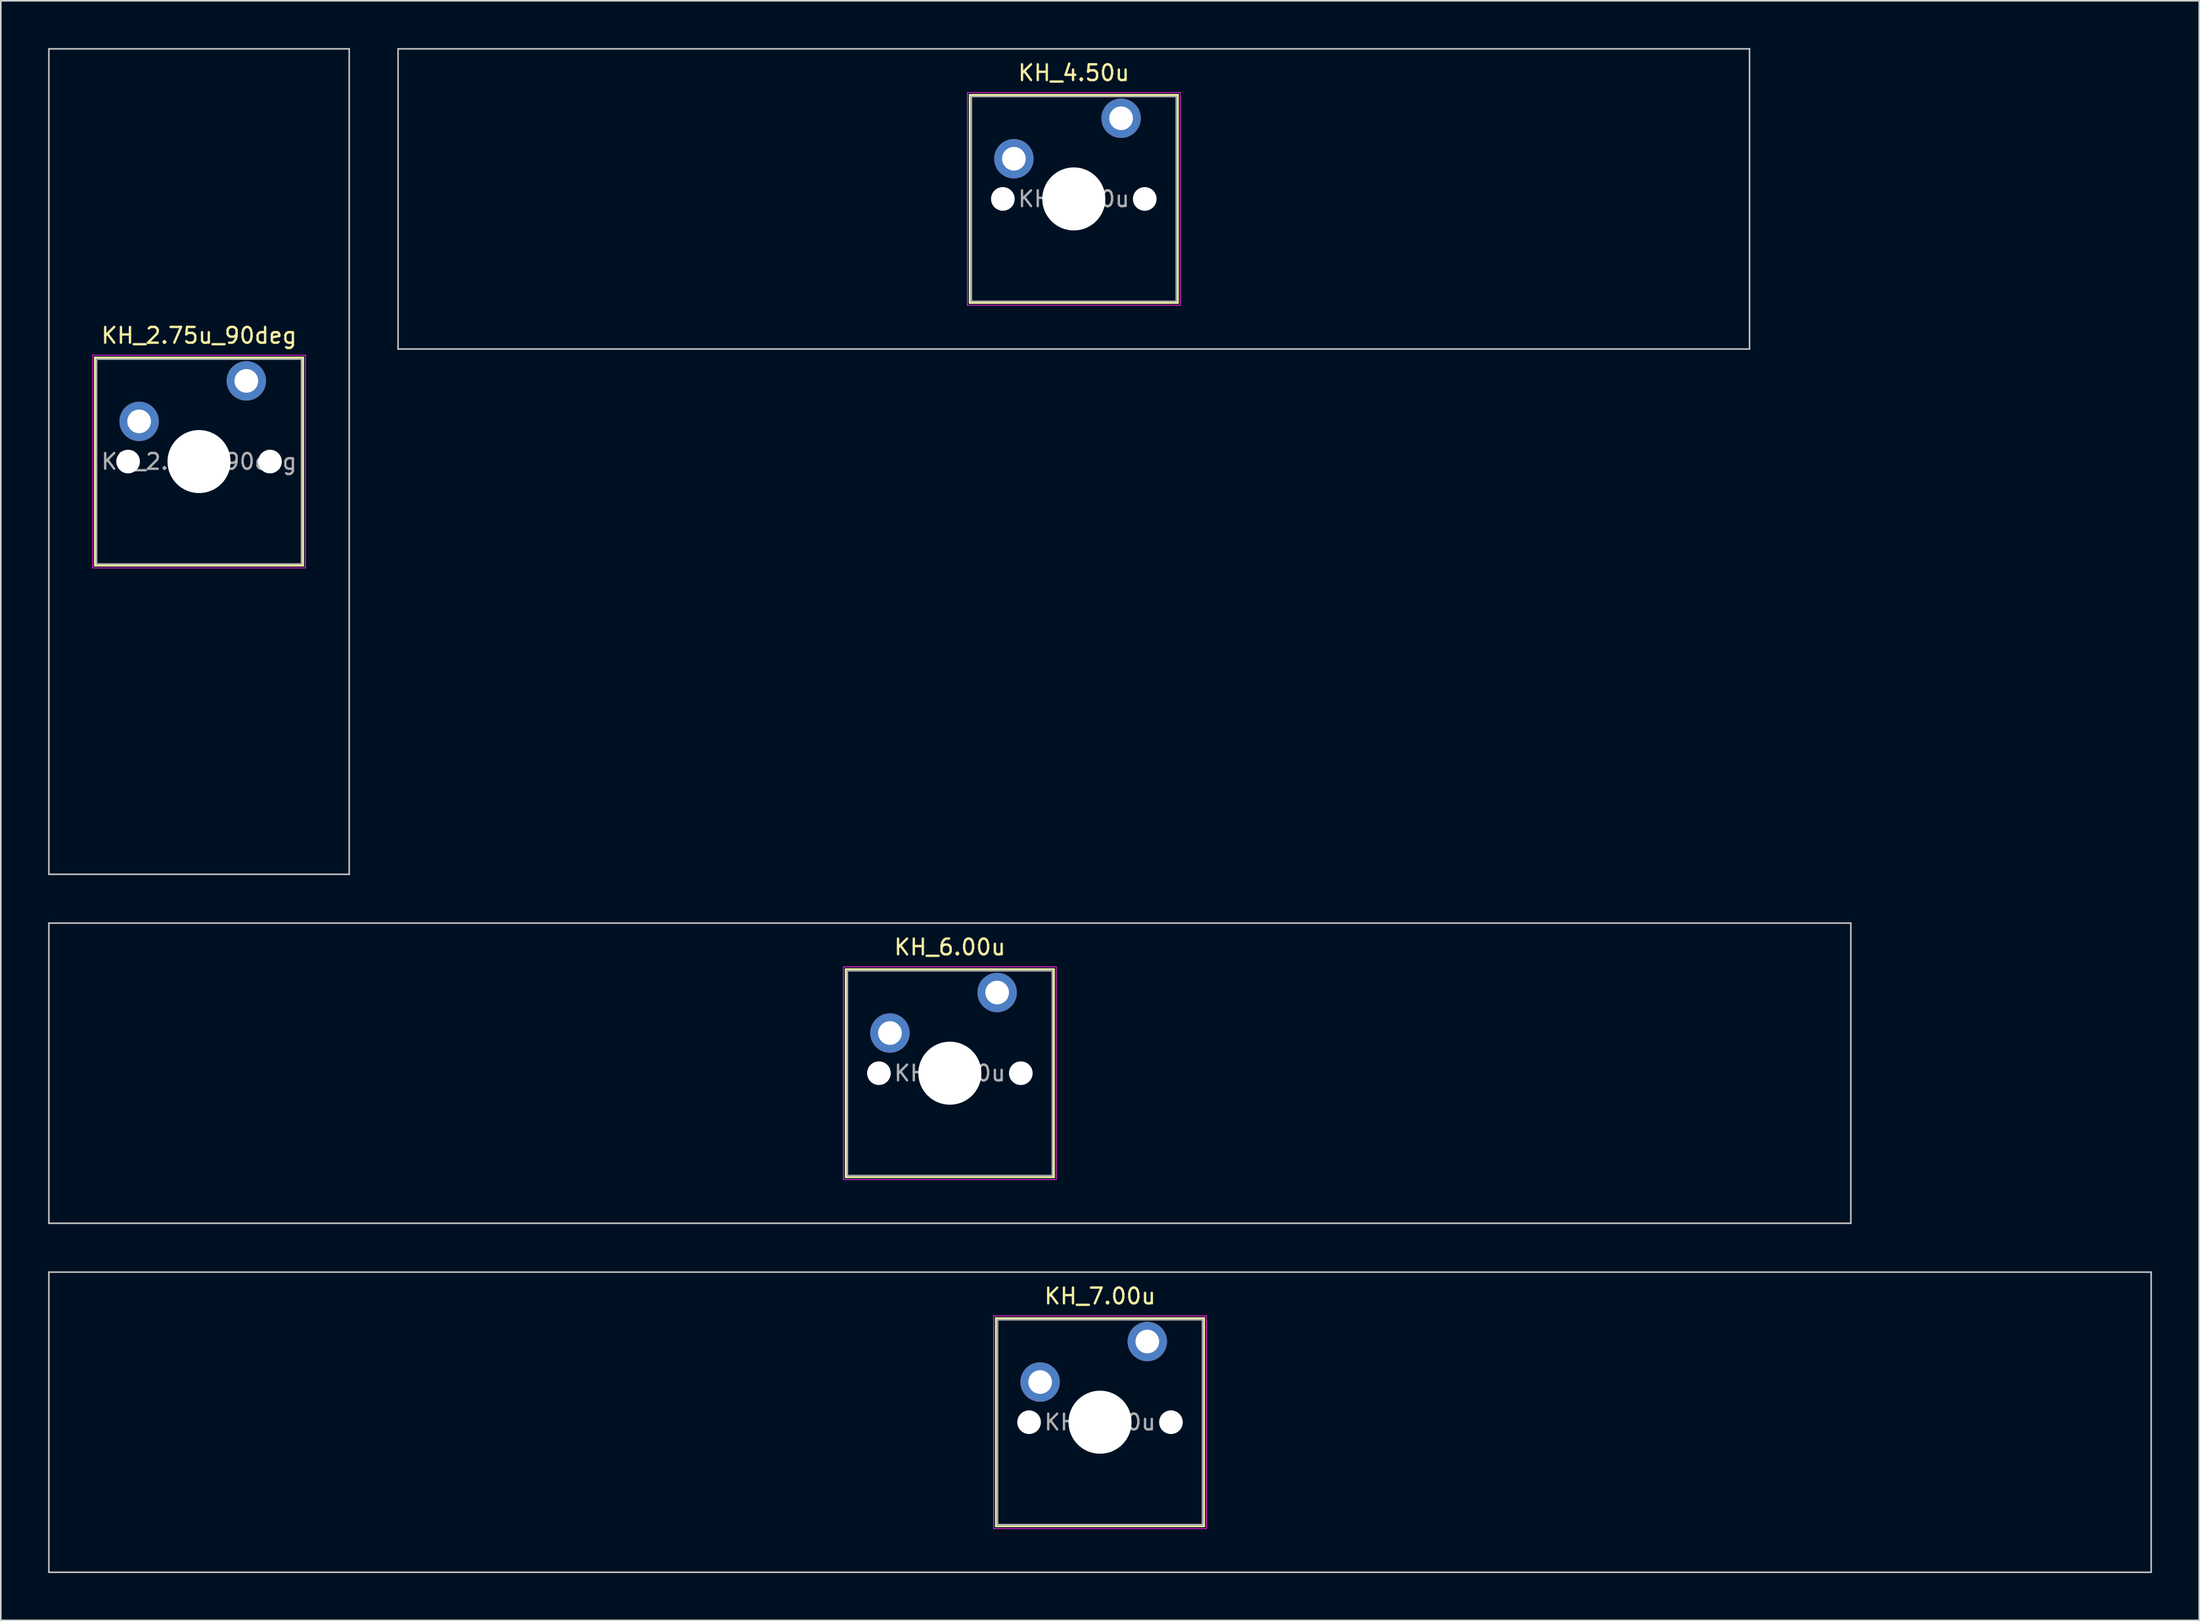
<source format=kicad_pcb>
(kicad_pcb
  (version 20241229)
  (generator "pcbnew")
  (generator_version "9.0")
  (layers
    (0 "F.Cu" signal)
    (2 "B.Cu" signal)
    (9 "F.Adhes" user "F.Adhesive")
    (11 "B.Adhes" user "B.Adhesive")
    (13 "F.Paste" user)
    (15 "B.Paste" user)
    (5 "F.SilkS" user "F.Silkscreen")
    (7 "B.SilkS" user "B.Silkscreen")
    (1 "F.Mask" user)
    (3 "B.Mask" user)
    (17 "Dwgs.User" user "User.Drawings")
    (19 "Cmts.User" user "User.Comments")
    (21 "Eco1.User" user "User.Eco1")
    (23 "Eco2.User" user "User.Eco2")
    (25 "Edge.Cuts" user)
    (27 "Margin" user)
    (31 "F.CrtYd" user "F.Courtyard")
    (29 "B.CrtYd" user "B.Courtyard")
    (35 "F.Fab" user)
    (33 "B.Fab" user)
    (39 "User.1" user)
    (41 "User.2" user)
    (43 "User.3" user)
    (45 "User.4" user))
  (footprint "KH_7.00u"
    (layer "F.Cu")
    (at 66.725 87.213)
    (property "Reference" "KH_7.00u" (at 0 -8 0) (layer "F.SilkS") (effects (font (size 1 1) (thickness 0.15))))
    (attr through_hole)
    (fp_line (start -6.6 -6.6) (end -6.6 6.6) (stroke (width 0.12) (type solid)) (layer "F.SilkS"))
    (fp_line (start -6.6 6.6) (end 6.6 6.6) (stroke (width 0.12) (type solid)) (layer "F.SilkS"))
    (fp_line (start 6.6 -6.6) (end -6.6 -6.6) (stroke (width 0.12) (type solid)) (layer "F.SilkS"))
    (fp_line (start 6.6 6.6) (end 6.6 -6.6) (stroke (width 0.12) (type solid)) (layer "F.SilkS"))
    (fp_line (start -66.675 -9.525) (end -66.675 9.525) (stroke (width 0.1) (type solid)) (layer "Dwgs.User"))
    (fp_line (start -66.675 9.525) (end 66.675 9.525) (stroke (width 0.1) (type solid)) (layer "Dwgs.User"))
    (fp_line (start 66.675 -9.525) (end -66.675 -9.525) (stroke (width 0.1) (type solid)) (layer "Dwgs.User"))
    (fp_line (start 66.675 9.525) (end 66.675 -9.525) (stroke (width 0.1) (type solid)) (layer "Dwgs.User"))
    (fp_line (start -6.1 -6.1) (end -6.1 6.1) (stroke (width 0.1) (type solid)) (layer "Eco1.User"))
    (fp_line (start -6.1 6.1) (end 6.1 6.1) (stroke (width 0.1) (type solid)) (layer "Eco1.User"))
    (fp_line (start 6.1 -6.1) (end -6.1 -6.1) (stroke (width 0.1) (type solid)) (layer "Eco1.User"))
    (fp_line (start 6.1 6.1) (end 6.1 -6.1) (stroke (width 0.1) (type solid)) (layer "Eco1.User"))
    (fp_line (start -6.75 -6.75) (end -6.75 6.75) (stroke (width 0.05) (type solid)) (layer "F.CrtYd"))
    (fp_line (start -6.75 6.75) (end 6.75 6.75) (stroke (width 0.05) (type solid)) (layer "F.CrtYd"))
    (fp_line (start 6.75 -6.75) (end -6.75 -6.75) (stroke (width 0.05) (type solid)) (layer "F.CrtYd"))
    (fp_line (start 6.75 6.75) (end 6.75 -6.75) (stroke (width 0.05) (type solid)) (layer "F.CrtYd"))
    (fp_line (start -6.5 -6.5) (end -6.5 6.5) (stroke (width 0.1) (type solid)) (layer "F.Fab"))
    (fp_line (start -6.5 6.5) (end 6.5 6.5) (stroke (width 0.1) (type solid)) (layer "F.Fab"))
    (fp_line (start 6.5 -6.5) (end -6.5 -6.5) (stroke (width 0.1) (type solid)) (layer "F.Fab"))
    (fp_line (start 6.5 6.5) (end 6.5 -6.5) (stroke (width 0.1) (type solid)) (layer "F.Fab"))
    (fp_text user "${REFERENCE}" (at 0 0 0) (layer "F.Fab") (effects (font (size 1 1) (thickness 0.15))))
    (pad "" np_thru_hole circle (at -4.5 0) (size 1.5 1.5) (drill 1.5) (layers "*.Cu" "*.Mask"))
    (pad "" np_thru_hole circle (at 0 0) (size 4 4) (drill 4) (layers "*.Cu" "*.Mask"))
    (pad "" np_thru_hole circle (at 4.5 0) (size 1.5 1.5) (drill 1.5) (layers "*.Cu" "*.Mask"))
    (pad "1" thru_hole circle (at -3.8 -2.55) (size 2.5 2.5) (drill 1.5) (layers "*.Cu" "*.Mask"))
    (pad "2" thru_hole circle (at 3 -5.12) (size 2.5 2.5) (drill 1.5) (layers "*.Cu" "*.Mask")))
  (footprint "KH_2.75u_90deg"
    (layer "F.Cu")
    (at 9.575 26.244)
    (property "Reference" "KH_2.75u_90deg" (at 0 -8 0) (layer "F.SilkS") (effects (font (size 1 1) (thickness 0.15))))
    (attr through_hole)
    (fp_line (start -6.6 -6.6) (end -6.6 6.6) (stroke (width 0.12) (type solid)) (layer "F.SilkS"))
    (fp_line (start -6.6 6.6) (end 6.6 6.6) (stroke (width 0.12) (type solid)) (layer "F.SilkS"))
    (fp_line (start 6.6 -6.6) (end -6.6 -6.6) (stroke (width 0.12) (type solid)) (layer "F.SilkS"))
    (fp_line (start 6.6 6.6) (end 6.6 -6.6) (stroke (width 0.12) (type solid)) (layer "F.SilkS"))
    (fp_line (start -9.525 -26.194) (end 9.525 -26.194) (stroke (width 0.1) (type solid)) (layer "Dwgs.User"))
    (fp_line (start -9.525 26.194) (end -9.525 -26.194) (stroke (width 0.1) (type solid)) (layer "Dwgs.User"))
    (fp_line (start 9.525 -26.194) (end 9.525 26.194) (stroke (width 0.1) (type solid)) (layer "Dwgs.User"))
    (fp_line (start 9.525 26.194) (end -9.525 26.194) (stroke (width 0.1) (type solid)) (layer "Dwgs.User"))
    (fp_line (start -6.1 -6.1) (end -6.1 6.1) (stroke (width 0.1) (type solid)) (layer "Eco1.User"))
    (fp_line (start -6.1 6.1) (end 6.1 6.1) (stroke (width 0.1) (type solid)) (layer "Eco1.User"))
    (fp_line (start 6.1 -6.1) (end -6.1 -6.1) (stroke (width 0.1) (type solid)) (layer "Eco1.User"))
    (fp_line (start 6.1 6.1) (end 6.1 -6.1) (stroke (width 0.1) (type solid)) (layer "Eco1.User"))
    (fp_line (start -6.75 -6.75) (end -6.75 6.75) (stroke (width 0.05) (type solid)) (layer "F.CrtYd"))
    (fp_line (start -6.75 6.75) (end 6.75 6.75) (stroke (width 0.05) (type solid)) (layer "F.CrtYd"))
    (fp_line (start 6.75 -6.75) (end -6.75 -6.75) (stroke (width 0.05) (type solid)) (layer "F.CrtYd"))
    (fp_line (start 6.75 6.75) (end 6.75 -6.75) (stroke (width 0.05) (type solid)) (layer "F.CrtYd"))
    (fp_line (start -6.5 -6.5) (end -6.5 6.5) (stroke (width 0.1) (type solid)) (layer "F.Fab"))
    (fp_line (start -6.5 6.5) (end 6.5 6.5) (stroke (width 0.1) (type solid)) (layer "F.Fab"))
    (fp_line (start 6.5 -6.5) (end -6.5 -6.5) (stroke (width 0.1) (type solid)) (layer "F.Fab"))
    (fp_line (start 6.5 6.5) (end 6.5 -6.5) (stroke (width 0.1) (type solid)) (layer "F.Fab"))
    (fp_text user "${REFERENCE}" (at 0 0 0) (layer "F.Fab") (effects (font (size 1 1) (thickness 0.15))))
    (pad "" np_thru_hole circle (at -4.5 0) (size 1.5 1.5) (drill 1.5) (layers "*.Cu" "*.Mask"))
    (pad "" np_thru_hole circle (at 0 0) (size 4 4) (drill 4) (layers "*.Cu" "*.Mask"))
    (pad "" np_thru_hole circle (at 4.5 0) (size 1.5 1.5) (drill 1.5) (layers "*.Cu" "*.Mask"))
    (pad "1" thru_hole circle (at -3.8 -2.55) (size 2.5 2.5) (drill 1.5) (layers "*.Cu" "*.Mask"))
    (pad "2" thru_hole circle (at 3 -5.12) (size 2.5 2.5) (drill 1.5) (layers "*.Cu" "*.Mask")))
  (footprint "KH_4.50u"
    (layer "F.Cu")
    (at 65.062 9.575)
    (property "Reference" "KH_4.50u" (at 0 -8 0) (layer "F.SilkS") (effects (font (size 1 1) (thickness 0.15))))
    (attr through_hole)
    (fp_line (start -6.6 -6.6) (end -6.6 6.6) (stroke (width 0.12) (type solid)) (layer "F.SilkS"))
    (fp_line (start -6.6 6.6) (end 6.6 6.6) (stroke (width 0.12) (type solid)) (layer "F.SilkS"))
    (fp_line (start 6.6 -6.6) (end -6.6 -6.6) (stroke (width 0.12) (type solid)) (layer "F.SilkS"))
    (fp_line (start 6.6 6.6) (end 6.6 -6.6) (stroke (width 0.12) (type solid)) (layer "F.SilkS"))
    (fp_line (start -42.862 -9.525) (end -42.862 9.525) (stroke (width 0.1) (type solid)) (layer "Dwgs.User"))
    (fp_line (start -42.862 9.525) (end 42.862 9.525) (stroke (width 0.1) (type solid)) (layer "Dwgs.User"))
    (fp_line (start 42.862 -9.525) (end -42.862 -9.525) (stroke (width 0.1) (type solid)) (layer "Dwgs.User"))
    (fp_line (start 42.862 9.525) (end 42.862 -9.525) (stroke (width 0.1) (type solid)) (layer "Dwgs.User"))
    (fp_line (start -6.1 -6.1) (end -6.1 6.1) (stroke (width 0.1) (type solid)) (layer "Eco1.User"))
    (fp_line (start -6.1 6.1) (end 6.1 6.1) (stroke (width 0.1) (type solid)) (layer "Eco1.User"))
    (fp_line (start 6.1 -6.1) (end -6.1 -6.1) (stroke (width 0.1) (type solid)) (layer "Eco1.User"))
    (fp_line (start 6.1 6.1) (end 6.1 -6.1) (stroke (width 0.1) (type solid)) (layer "Eco1.User"))
    (fp_line (start -6.75 -6.75) (end -6.75 6.75) (stroke (width 0.05) (type solid)) (layer "F.CrtYd"))
    (fp_line (start -6.75 6.75) (end 6.75 6.75) (stroke (width 0.05) (type solid)) (layer "F.CrtYd"))
    (fp_line (start 6.75 -6.75) (end -6.75 -6.75) (stroke (width 0.05) (type solid)) (layer "F.CrtYd"))
    (fp_line (start 6.75 6.75) (end 6.75 -6.75) (stroke (width 0.05) (type solid)) (layer "F.CrtYd"))
    (fp_line (start -6.5 -6.5) (end -6.5 6.5) (stroke (width 0.1) (type solid)) (layer "F.Fab"))
    (fp_line (start -6.5 6.5) (end 6.5 6.5) (stroke (width 0.1) (type solid)) (layer "F.Fab"))
    (fp_line (start 6.5 -6.5) (end -6.5 -6.5) (stroke (width 0.1) (type solid)) (layer "F.Fab"))
    (fp_line (start 6.5 6.5) (end 6.5 -6.5) (stroke (width 0.1) (type solid)) (layer "F.Fab"))
    (fp_text user "${REFERENCE}" (at 0 0 0) (layer "F.Fab") (effects (font (size 1 1) (thickness 0.15))))
    (pad "" np_thru_hole circle (at -4.5 0) (size 1.5 1.5) (drill 1.5) (layers "*.Cu" "*.Mask"))
    (pad "" np_thru_hole circle (at 0 0) (size 4 4) (drill 4) (layers "*.Cu" "*.Mask"))
    (pad "" np_thru_hole circle (at 4.5 0) (size 1.5 1.5) (drill 1.5) (layers "*.Cu" "*.Mask"))
    (pad "1" thru_hole circle (at -3.8 -2.55) (size 2.5 2.5) (drill 1.5) (layers "*.Cu" "*.Mask"))
    (pad "2" thru_hole circle (at 3 -5.12) (size 2.5 2.5) (drill 1.5) (layers "*.Cu" "*.Mask")))
  (footprint "KH_6.00u"
    (layer "F.Cu")
    (at 57.2 65.062)
    (property "Reference" "KH_6.00u" (at 0 -8 0) (layer "F.SilkS") (effects (font (size 1 1) (thickness 0.15))))
    (attr through_hole)
    (fp_line (start -6.6 -6.6) (end -6.6 6.6) (stroke (width 0.12) (type solid)) (layer "F.SilkS"))
    (fp_line (start -6.6 6.6) (end 6.6 6.6) (stroke (width 0.12) (type solid)) (layer "F.SilkS"))
    (fp_line (start 6.6 -6.6) (end -6.6 -6.6) (stroke (width 0.12) (type solid)) (layer "F.SilkS"))
    (fp_line (start 6.6 6.6) (end 6.6 -6.6) (stroke (width 0.12) (type solid)) (layer "F.SilkS"))
    (fp_line (start -57.15 -9.525) (end -57.15 9.525) (stroke (width 0.1) (type solid)) (layer "Dwgs.User"))
    (fp_line (start -57.15 9.525) (end 57.15 9.525) (stroke (width 0.1) (type solid)) (layer "Dwgs.User"))
    (fp_line (start 57.15 -9.525) (end -57.15 -9.525) (stroke (width 0.1) (type solid)) (layer "Dwgs.User"))
    (fp_line (start 57.15 9.525) (end 57.15 -9.525) (stroke (width 0.1) (type solid)) (layer "Dwgs.User"))
    (fp_line (start -6.1 -6.1) (end -6.1 6.1) (stroke (width 0.1) (type solid)) (layer "Eco1.User"))
    (fp_line (start -6.1 6.1) (end 6.1 6.1) (stroke (width 0.1) (type solid)) (layer "Eco1.User"))
    (fp_line (start 6.1 -6.1) (end -6.1 -6.1) (stroke (width 0.1) (type solid)) (layer "Eco1.User"))
    (fp_line (start 6.1 6.1) (end 6.1 -6.1) (stroke (width 0.1) (type solid)) (layer "Eco1.User"))
    (fp_line (start -6.75 -6.75) (end -6.75 6.75) (stroke (width 0.05) (type solid)) (layer "F.CrtYd"))
    (fp_line (start -6.75 6.75) (end 6.75 6.75) (stroke (width 0.05) (type solid)) (layer "F.CrtYd"))
    (fp_line (start 6.75 -6.75) (end -6.75 -6.75) (stroke (width 0.05) (type solid)) (layer "F.CrtYd"))
    (fp_line (start 6.75 6.75) (end 6.75 -6.75) (stroke (width 0.05) (type solid)) (layer "F.CrtYd"))
    (fp_line (start -6.5 -6.5) (end -6.5 6.5) (stroke (width 0.1) (type solid)) (layer "F.Fab"))
    (fp_line (start -6.5 6.5) (end 6.5 6.5) (stroke (width 0.1) (type solid)) (layer "F.Fab"))
    (fp_line (start 6.5 -6.5) (end -6.5 -6.5) (stroke (width 0.1) (type solid)) (layer "F.Fab"))
    (fp_line (start 6.5 6.5) (end 6.5 -6.5) (stroke (width 0.1) (type solid)) (layer "F.Fab"))
    (fp_text user "${REFERENCE}" (at 0 0 0) (layer "F.Fab") (effects (font (size 1 1) (thickness 0.15))))
    (pad "" np_thru_hole circle (at -4.5 0) (size 1.5 1.5) (drill 1.5) (layers "*.Cu" "*.Mask"))
    (pad "" np_thru_hole circle (at 0 0) (size 4 4) (drill 4) (layers "*.Cu" "*.Mask"))
    (pad "" np_thru_hole circle (at 4.5 0) (size 1.5 1.5) (drill 1.5) (layers "*.Cu" "*.Mask"))
    (pad "1" thru_hole circle (at -3.8 -2.55) (size 2.5 2.5) (drill 1.5) (layers "*.Cu" "*.Mask"))
    (pad "2" thru_hole circle (at 3 -5.12) (size 2.5 2.5) (drill 1.5) (layers "*.Cu" "*.Mask")))
  (gr_rect
    (start -3 -3)
    (end 136.45 99.787)
    (stroke (width 0.1) (type default))
    (fill no)
    (layer "Edge.Cuts")))
</source>
